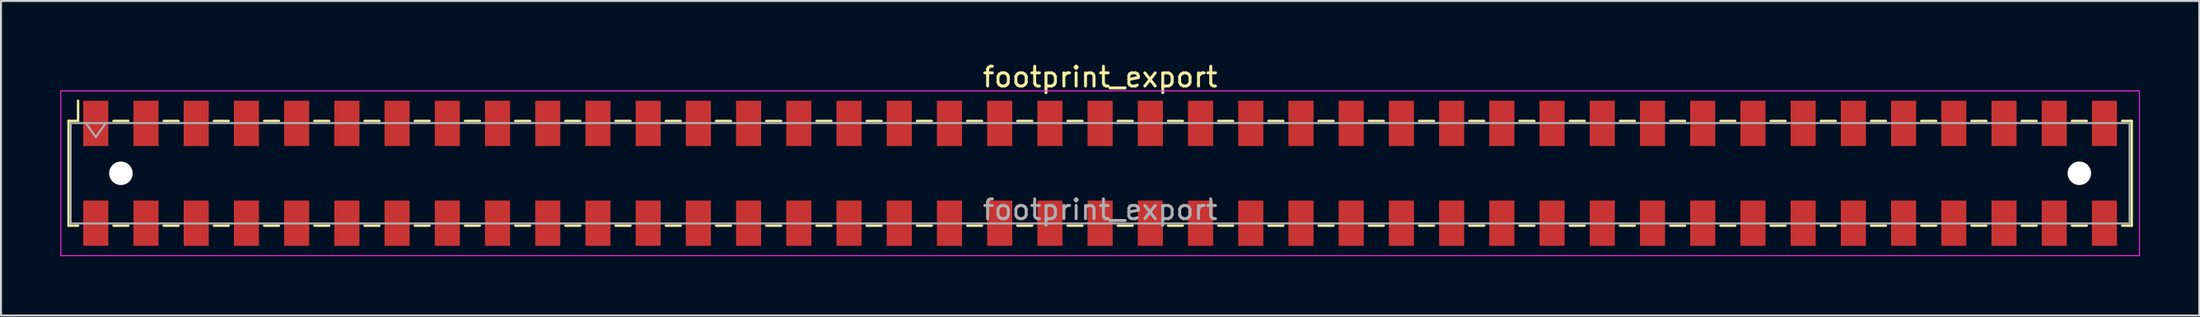
<source format=kicad_pcb>
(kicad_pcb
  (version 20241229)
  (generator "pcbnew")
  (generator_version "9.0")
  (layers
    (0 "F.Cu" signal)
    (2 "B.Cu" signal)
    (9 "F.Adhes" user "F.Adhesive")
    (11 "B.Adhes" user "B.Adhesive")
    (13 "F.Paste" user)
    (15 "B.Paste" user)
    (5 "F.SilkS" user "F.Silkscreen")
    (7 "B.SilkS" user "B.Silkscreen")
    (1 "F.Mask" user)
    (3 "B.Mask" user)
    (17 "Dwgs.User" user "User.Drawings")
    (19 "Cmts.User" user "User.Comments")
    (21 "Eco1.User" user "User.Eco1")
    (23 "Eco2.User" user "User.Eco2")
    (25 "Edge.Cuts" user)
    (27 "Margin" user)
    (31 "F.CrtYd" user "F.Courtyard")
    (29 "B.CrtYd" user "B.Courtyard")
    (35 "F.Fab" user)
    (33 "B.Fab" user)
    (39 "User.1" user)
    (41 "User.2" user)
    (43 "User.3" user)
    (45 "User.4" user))
  (footprint "footprint_export"
    (layer "F.Cu")
    (at 52.595 5.718)
    (property "Reference" "footprint_export" (at 0 -4.87 0) (layer "F.SilkS") (effects (font (size 1 1) (thickness 0.15))))
    (attr smd)
    (fp_line (start -52.18 -2.65) (end -52.18 2.65) (stroke (width 0.12) (type solid)) (layer "F.SilkS"))
    (fp_line (start -52.18 2.65) (end -51.695 2.65) (stroke (width 0.12) (type solid)) (layer "F.SilkS"))
    (fp_line (start -51.695 -3.67) (end -51.695 -2.65) (stroke (width 0.12) (type solid)) (layer "F.SilkS"))
    (fp_line (start -51.695 -2.65) (end -52.18 -2.65) (stroke (width 0.12) (type solid)) (layer "F.SilkS"))
    (fp_line (start -49.905 -2.65) (end -49.155 -2.65) (stroke (width 0.12) (type solid)) (layer "F.SilkS"))
    (fp_line (start -49.905 2.65) (end -49.155 2.65) (stroke (width 0.12) (type solid)) (layer "F.SilkS"))
    (fp_line (start -47.365 -2.65) (end -46.615 -2.65) (stroke (width 0.12) (type solid)) (layer "F.SilkS"))
    (fp_line (start -47.365 2.65) (end -46.615 2.65) (stroke (width 0.12) (type solid)) (layer "F.SilkS"))
    (fp_line (start -44.825 -2.65) (end -44.075 -2.65) (stroke (width 0.12) (type solid)) (layer "F.SilkS"))
    (fp_line (start -44.825 2.65) (end -44.075 2.65) (stroke (width 0.12) (type solid)) (layer "F.SilkS"))
    (fp_line (start -42.285 -2.65) (end -41.535 -2.65) (stroke (width 0.12) (type solid)) (layer "F.SilkS"))
    (fp_line (start -42.285 2.65) (end -41.535 2.65) (stroke (width 0.12) (type solid)) (layer "F.SilkS"))
    (fp_line (start -39.745 -2.65) (end -38.995 -2.65) (stroke (width 0.12) (type solid)) (layer "F.SilkS"))
    (fp_line (start -39.745 2.65) (end -38.995 2.65) (stroke (width 0.12) (type solid)) (layer "F.SilkS"))
    (fp_line (start -37.205 -2.65) (end -36.455 -2.65) (stroke (width 0.12) (type solid)) (layer "F.SilkS"))
    (fp_line (start -37.205 2.65) (end -36.455 2.65) (stroke (width 0.12) (type solid)) (layer "F.SilkS"))
    (fp_line (start -34.665 -2.65) (end -33.915 -2.65) (stroke (width 0.12) (type solid)) (layer "F.SilkS"))
    (fp_line (start -34.665 2.65) (end -33.915 2.65) (stroke (width 0.12) (type solid)) (layer "F.SilkS"))
    (fp_line (start -32.125 -2.65) (end -31.375 -2.65) (stroke (width 0.12) (type solid)) (layer "F.SilkS"))
    (fp_line (start -32.125 2.65) (end -31.375 2.65) (stroke (width 0.12) (type solid)) (layer "F.SilkS"))
    (fp_line (start -29.585 -2.65) (end -28.835 -2.65) (stroke (width 0.12) (type solid)) (layer "F.SilkS"))
    (fp_line (start -29.585 2.65) (end -28.835 2.65) (stroke (width 0.12) (type solid)) (layer "F.SilkS"))
    (fp_line (start -27.045 -2.65) (end -26.295 -2.65) (stroke (width 0.12) (type solid)) (layer "F.SilkS"))
    (fp_line (start -27.045 2.65) (end -26.295 2.65) (stroke (width 0.12) (type solid)) (layer "F.SilkS"))
    (fp_line (start -24.505 -2.65) (end -23.755 -2.65) (stroke (width 0.12) (type solid)) (layer "F.SilkS"))
    (fp_line (start -24.505 2.65) (end -23.755 2.65) (stroke (width 0.12) (type solid)) (layer "F.SilkS"))
    (fp_line (start -21.965 -2.65) (end -21.215 -2.65) (stroke (width 0.12) (type solid)) (layer "F.SilkS"))
    (fp_line (start -21.965 2.65) (end -21.215 2.65) (stroke (width 0.12) (type solid)) (layer "F.SilkS"))
    (fp_line (start -19.425 -2.65) (end -18.675 -2.65) (stroke (width 0.12) (type solid)) (layer "F.SilkS"))
    (fp_line (start -19.425 2.65) (end -18.675 2.65) (stroke (width 0.12) (type solid)) (layer "F.SilkS"))
    (fp_line (start -16.885 -2.65) (end -16.135 -2.65) (stroke (width 0.12) (type solid)) (layer "F.SilkS"))
    (fp_line (start -16.885 2.65) (end -16.135 2.65) (stroke (width 0.12) (type solid)) (layer "F.SilkS"))
    (fp_line (start -14.345 -2.65) (end -13.595 -2.65) (stroke (width 0.12) (type solid)) (layer "F.SilkS"))
    (fp_line (start -14.345 2.65) (end -13.595 2.65) (stroke (width 0.12) (type solid)) (layer "F.SilkS"))
    (fp_line (start -11.805 -2.65) (end -11.055 -2.65) (stroke (width 0.12) (type solid)) (layer "F.SilkS"))
    (fp_line (start -11.805 2.65) (end -11.055 2.65) (stroke (width 0.12) (type solid)) (layer "F.SilkS"))
    (fp_line (start -9.265 -2.65) (end -8.515 -2.65) (stroke (width 0.12) (type solid)) (layer "F.SilkS"))
    (fp_line (start -9.265 2.65) (end -8.515 2.65) (stroke (width 0.12) (type solid)) (layer "F.SilkS"))
    (fp_line (start -6.725 -2.65) (end -5.975 -2.65) (stroke (width 0.12) (type solid)) (layer "F.SilkS"))
    (fp_line (start -6.725 2.65) (end -5.975 2.65) (stroke (width 0.12) (type solid)) (layer "F.SilkS"))
    (fp_line (start -4.185 -2.65) (end -3.435 -2.65) (stroke (width 0.12) (type solid)) (layer "F.SilkS"))
    (fp_line (start -4.185 2.65) (end -3.435 2.65) (stroke (width 0.12) (type solid)) (layer "F.SilkS"))
    (fp_line (start -1.645 -2.65) (end -0.895 -2.65) (stroke (width 0.12) (type solid)) (layer "F.SilkS"))
    (fp_line (start -1.645 2.65) (end -0.895 2.65) (stroke (width 0.12) (type solid)) (layer "F.SilkS"))
    (fp_line (start 0.895 -2.65) (end 1.645 -2.65) (stroke (width 0.12) (type solid)) (layer "F.SilkS"))
    (fp_line (start 0.895 2.65) (end 1.645 2.65) (stroke (width 0.12) (type solid)) (layer "F.SilkS"))
    (fp_line (start 3.435 -2.65) (end 4.185 -2.65) (stroke (width 0.12) (type solid)) (layer "F.SilkS"))
    (fp_line (start 3.435 2.65) (end 4.185 2.65) (stroke (width 0.12) (type solid)) (layer "F.SilkS"))
    (fp_line (start 5.975 -2.65) (end 6.725 -2.65) (stroke (width 0.12) (type solid)) (layer "F.SilkS"))
    (fp_line (start 5.975 2.65) (end 6.725 2.65) (stroke (width 0.12) (type solid)) (layer "F.SilkS"))
    (fp_line (start 8.515 -2.65) (end 9.265 -2.65) (stroke (width 0.12) (type solid)) (layer "F.SilkS"))
    (fp_line (start 8.515 2.65) (end 9.265 2.65) (stroke (width 0.12) (type solid)) (layer "F.SilkS"))
    (fp_line (start 11.055 -2.65) (end 11.805 -2.65) (stroke (width 0.12) (type solid)) (layer "F.SilkS"))
    (fp_line (start 11.055 2.65) (end 11.805 2.65) (stroke (width 0.12) (type solid)) (layer "F.SilkS"))
    (fp_line (start 13.595 -2.65) (end 14.345 -2.65) (stroke (width 0.12) (type solid)) (layer "F.SilkS"))
    (fp_line (start 13.595 2.65) (end 14.345 2.65) (stroke (width 0.12) (type solid)) (layer "F.SilkS"))
    (fp_line (start 16.135 -2.65) (end 16.885 -2.65) (stroke (width 0.12) (type solid)) (layer "F.SilkS"))
    (fp_line (start 16.135 2.65) (end 16.885 2.65) (stroke (width 0.12) (type solid)) (layer "F.SilkS"))
    (fp_line (start 18.675 -2.65) (end 19.425 -2.65) (stroke (width 0.12) (type solid)) (layer "F.SilkS"))
    (fp_line (start 18.675 2.65) (end 19.425 2.65) (stroke (width 0.12) (type solid)) (layer "F.SilkS"))
    (fp_line (start 21.215 -2.65) (end 21.965 -2.65) (stroke (width 0.12) (type solid)) (layer "F.SilkS"))
    (fp_line (start 21.215 2.65) (end 21.965 2.65) (stroke (width 0.12) (type solid)) (layer "F.SilkS"))
    (fp_line (start 23.755 -2.65) (end 24.505 -2.65) (stroke (width 0.12) (type solid)) (layer "F.SilkS"))
    (fp_line (start 23.755 2.65) (end 24.505 2.65) (stroke (width 0.12) (type solid)) (layer "F.SilkS"))
    (fp_line (start 26.295 -2.65) (end 27.045 -2.65) (stroke (width 0.12) (type solid)) (layer "F.SilkS"))
    (fp_line (start 26.295 2.65) (end 27.045 2.65) (stroke (width 0.12) (type solid)) (layer "F.SilkS"))
    (fp_line (start 28.835 -2.65) (end 29.585 -2.65) (stroke (width 0.12) (type solid)) (layer "F.SilkS"))
    (fp_line (start 28.835 2.65) (end 29.585 2.65) (stroke (width 0.12) (type solid)) (layer "F.SilkS"))
    (fp_line (start 31.375 -2.65) (end 32.125 -2.65) (stroke (width 0.12) (type solid)) (layer "F.SilkS"))
    (fp_line (start 31.375 2.65) (end 32.125 2.65) (stroke (width 0.12) (type solid)) (layer "F.SilkS"))
    (fp_line (start 33.915 -2.65) (end 34.665 -2.65) (stroke (width 0.12) (type solid)) (layer "F.SilkS"))
    (fp_line (start 33.915 2.65) (end 34.665 2.65) (stroke (width 0.12) (type solid)) (layer "F.SilkS"))
    (fp_line (start 36.455 -2.65) (end 37.205 -2.65) (stroke (width 0.12) (type solid)) (layer "F.SilkS"))
    (fp_line (start 36.455 2.65) (end 37.205 2.65) (stroke (width 0.12) (type solid)) (layer "F.SilkS"))
    (fp_line (start 38.995 -2.65) (end 39.745 -2.65) (stroke (width 0.12) (type solid)) (layer "F.SilkS"))
    (fp_line (start 38.995 2.65) (end 39.745 2.65) (stroke (width 0.12) (type solid)) (layer "F.SilkS"))
    (fp_line (start 41.535 -2.65) (end 42.285 -2.65) (stroke (width 0.12) (type solid)) (layer "F.SilkS"))
    (fp_line (start 41.535 2.65) (end 42.285 2.65) (stroke (width 0.12) (type solid)) (layer "F.SilkS"))
    (fp_line (start 44.075 -2.65) (end 44.825 -2.65) (stroke (width 0.12) (type solid)) (layer "F.SilkS"))
    (fp_line (start 44.075 2.65) (end 44.825 2.65) (stroke (width 0.12) (type solid)) (layer "F.SilkS"))
    (fp_line (start 46.615 -2.65) (end 47.365 -2.65) (stroke (width 0.12) (type solid)) (layer "F.SilkS"))
    (fp_line (start 46.615 2.65) (end 47.365 2.65) (stroke (width 0.12) (type solid)) (layer "F.SilkS"))
    (fp_line (start 49.155 -2.65) (end 49.905 -2.65) (stroke (width 0.12) (type solid)) (layer "F.SilkS"))
    (fp_line (start 49.155 2.65) (end 49.905 2.65) (stroke (width 0.12) (type solid)) (layer "F.SilkS"))
    (fp_line (start 51.695 -2.65) (end 52.18 -2.65) (stroke (width 0.12) (type solid)) (layer "F.SilkS"))
    (fp_line (start 52.18 -2.65) (end 52.18 2.65) (stroke (width 0.12) (type solid)) (layer "F.SilkS"))
    (fp_line (start 52.18 2.65) (end 51.695 2.65) (stroke (width 0.12) (type solid)) (layer "F.SilkS"))
    (fp_line (start -52.57 -4.17) (end 52.57 -4.17) (stroke (width 0.05) (type solid)) (layer "F.CrtYd"))
    (fp_line (start -52.57 4.17) (end -52.57 -4.17) (stroke (width 0.05) (type solid)) (layer "F.CrtYd"))
    (fp_line (start 52.57 -4.17) (end 52.57 4.17) (stroke (width 0.05) (type solid)) (layer "F.CrtYd"))
    (fp_line (start 52.57 4.17) (end -52.57 4.17) (stroke (width 0.05) (type solid)) (layer "F.CrtYd"))
    (fp_line (start -52.07 -2.54) (end 52.07 -2.54) (stroke (width 0.1) (type solid)) (layer "F.Fab"))
    (fp_line (start -52.07 2.54) (end -52.07 -2.54) (stroke (width 0.1) (type solid)) (layer "F.Fab"))
    (fp_line (start -51.3 -2.54) (end -50.8 -1.833) (stroke (width 0.1) (type solid)) (layer "F.Fab"))
    (fp_line (start -50.8 -1.833) (end -50.3 -2.54) (stroke (width 0.1) (type solid)) (layer "F.Fab"))
    (fp_line (start 52.07 -2.54) (end 52.07 2.54) (stroke (width 0.1) (type solid)) (layer "F.Fab"))
    (fp_line (start 52.07 2.54) (end -52.07 2.54) (stroke (width 0.1) (type solid)) (layer "F.Fab"))
    (fp_text user "${REFERENCE}" (at 0 1.84 0) (layer "F.Fab") (effects (font (size 1 1) (thickness 0.15))))
    (pad "" np_thru_hole circle (at -49.53 0) (size 1.19 1.19) (drill 1.19) (layers "*.Cu" "*.Mask"))
    (pad "" np_thru_hole circle (at 49.53 0) (size 1.19 1.19) (drill 1.19) (layers "*.Cu" "*.Mask"))
    (pad "1" smd rect (at -50.8 -2.525) (size 1.27 2.29) (layers "F.Cu" "F.Mask" "F.Paste"))
    (pad "2" smd rect (at -50.8 2.525) (size 1.27 2.29) (layers "F.Cu" "F.Mask" "F.Paste"))
    (pad "3" smd rect (at -48.26 -2.525) (size 1.27 2.29) (layers "F.Cu" "F.Mask" "F.Paste"))
    (pad "4" smd rect (at -48.26 2.525) (size 1.27 2.29) (layers "F.Cu" "F.Mask" "F.Paste"))
    (pad "5" smd rect (at -45.72 -2.525) (size 1.27 2.29) (layers "F.Cu" "F.Mask" "F.Paste"))
    (pad "6" smd rect (at -45.72 2.525) (size 1.27 2.29) (layers "F.Cu" "F.Mask" "F.Paste"))
    (pad "7" smd rect (at -43.18 -2.525) (size 1.27 2.29) (layers "F.Cu" "F.Mask" "F.Paste"))
    (pad "8" smd rect (at -43.18 2.525) (size 1.27 2.29) (layers "F.Cu" "F.Mask" "F.Paste"))
    (pad "9" smd rect (at -40.64 -2.525) (size 1.27 2.29) (layers "F.Cu" "F.Mask" "F.Paste"))
    (pad "10" smd rect (at -40.64 2.525) (size 1.27 2.29) (layers "F.Cu" "F.Mask" "F.Paste"))
    (pad "11" smd rect (at -38.1 -2.525) (size 1.27 2.29) (layers "F.Cu" "F.Mask" "F.Paste"))
    (pad "12" smd rect (at -38.1 2.525) (size 1.27 2.29) (layers "F.Cu" "F.Mask" "F.Paste"))
    (pad "13" smd rect (at -35.56 -2.525) (size 1.27 2.29) (layers "F.Cu" "F.Mask" "F.Paste"))
    (pad "14" smd rect (at -35.56 2.525) (size 1.27 2.29) (layers "F.Cu" "F.Mask" "F.Paste"))
    (pad "15" smd rect (at -33.02 -2.525) (size 1.27 2.29) (layers "F.Cu" "F.Mask" "F.Paste"))
    (pad "16" smd rect (at -33.02 2.525) (size 1.27 2.29) (layers "F.Cu" "F.Mask" "F.Paste"))
    (pad "17" smd rect (at -30.48 -2.525) (size 1.27 2.29) (layers "F.Cu" "F.Mask" "F.Paste"))
    (pad "18" smd rect (at -30.48 2.525) (size 1.27 2.29) (layers "F.Cu" "F.Mask" "F.Paste"))
    (pad "19" smd rect (at -27.94 -2.525) (size 1.27 2.29) (layers "F.Cu" "F.Mask" "F.Paste"))
    (pad "20" smd rect (at -27.94 2.525) (size 1.27 2.29) (layers "F.Cu" "F.Mask" "F.Paste"))
    (pad "21" smd rect (at -25.4 -2.525) (size 1.27 2.29) (layers "F.Cu" "F.Mask" "F.Paste"))
    (pad "22" smd rect (at -25.4 2.525) (size 1.27 2.29) (layers "F.Cu" "F.Mask" "F.Paste"))
    (pad "23" smd rect (at -22.86 -2.525) (size 1.27 2.29) (layers "F.Cu" "F.Mask" "F.Paste"))
    (pad "24" smd rect (at -22.86 2.525) (size 1.27 2.29) (layers "F.Cu" "F.Mask" "F.Paste"))
    (pad "25" smd rect (at -20.32 -2.525) (size 1.27 2.29) (layers "F.Cu" "F.Mask" "F.Paste"))
    (pad "26" smd rect (at -20.32 2.525) (size 1.27 2.29) (layers "F.Cu" "F.Mask" "F.Paste"))
    (pad "27" smd rect (at -17.78 -2.525) (size 1.27 2.29) (layers "F.Cu" "F.Mask" "F.Paste"))
    (pad "28" smd rect (at -17.78 2.525) (size 1.27 2.29) (layers "F.Cu" "F.Mask" "F.Paste"))
    (pad "29" smd rect (at -15.24 -2.525) (size 1.27 2.29) (layers "F.Cu" "F.Mask" "F.Paste"))
    (pad "30" smd rect (at -15.24 2.525) (size 1.27 2.29) (layers "F.Cu" "F.Mask" "F.Paste"))
    (pad "31" smd rect (at -12.7 -2.525) (size 1.27 2.29) (layers "F.Cu" "F.Mask" "F.Paste"))
    (pad "32" smd rect (at -12.7 2.525) (size 1.27 2.29) (layers "F.Cu" "F.Mask" "F.Paste"))
    (pad "33" smd rect (at -10.16 -2.525) (size 1.27 2.29) (layers "F.Cu" "F.Mask" "F.Paste"))
    (pad "34" smd rect (at -10.16 2.525) (size 1.27 2.29) (layers "F.Cu" "F.Mask" "F.Paste"))
    (pad "35" smd rect (at -7.62 -2.525) (size 1.27 2.29) (layers "F.Cu" "F.Mask" "F.Paste"))
    (pad "36" smd rect (at -7.62 2.525) (size 1.27 2.29) (layers "F.Cu" "F.Mask" "F.Paste"))
    (pad "37" smd rect (at -5.08 -2.525) (size 1.27 2.29) (layers "F.Cu" "F.Mask" "F.Paste"))
    (pad "38" smd rect (at -5.08 2.525) (size 1.27 2.29) (layers "F.Cu" "F.Mask" "F.Paste"))
    (pad "39" smd rect (at -2.54 -2.525) (size 1.27 2.29) (layers "F.Cu" "F.Mask" "F.Paste"))
    (pad "40" smd rect (at -2.54 2.525) (size 1.27 2.29) (layers "F.Cu" "F.Mask" "F.Paste"))
    (pad "41" smd rect (at 0 -2.525) (size 1.27 2.29) (layers "F.Cu" "F.Mask" "F.Paste"))
    (pad "42" smd rect (at 0 2.525) (size 1.27 2.29) (layers "F.Cu" "F.Mask" "F.Paste"))
    (pad "43" smd rect (at 2.54 -2.525) (size 1.27 2.29) (layers "F.Cu" "F.Mask" "F.Paste"))
    (pad "44" smd rect (at 2.54 2.525) (size 1.27 2.29) (layers "F.Cu" "F.Mask" "F.Paste"))
    (pad "45" smd rect (at 5.08 -2.525) (size 1.27 2.29) (layers "F.Cu" "F.Mask" "F.Paste"))
    (pad "46" smd rect (at 5.08 2.525) (size 1.27 2.29) (layers "F.Cu" "F.Mask" "F.Paste"))
    (pad "47" smd rect (at 7.62 -2.525) (size 1.27 2.29) (layers "F.Cu" "F.Mask" "F.Paste"))
    (pad "48" smd rect (at 7.62 2.525) (size 1.27 2.29) (layers "F.Cu" "F.Mask" "F.Paste"))
    (pad "49" smd rect (at 10.16 -2.525) (size 1.27 2.29) (layers "F.Cu" "F.Mask" "F.Paste"))
    (pad "50" smd rect (at 10.16 2.525) (size 1.27 2.29) (layers "F.Cu" "F.Mask" "F.Paste"))
    (pad "51" smd rect (at 12.7 -2.525) (size 1.27 2.29) (layers "F.Cu" "F.Mask" "F.Paste"))
    (pad "52" smd rect (at 12.7 2.525) (size 1.27 2.29) (layers "F.Cu" "F.Mask" "F.Paste"))
    (pad "53" smd rect (at 15.24 -2.525) (size 1.27 2.29) (layers "F.Cu" "F.Mask" "F.Paste"))
    (pad "54" smd rect (at 15.24 2.525) (size 1.27 2.29) (layers "F.Cu" "F.Mask" "F.Paste"))
    (pad "55" smd rect (at 17.78 -2.525) (size 1.27 2.29) (layers "F.Cu" "F.Mask" "F.Paste"))
    (pad "56" smd rect (at 17.78 2.525) (size 1.27 2.29) (layers "F.Cu" "F.Mask" "F.Paste"))
    (pad "57" smd rect (at 20.32 -2.525) (size 1.27 2.29) (layers "F.Cu" "F.Mask" "F.Paste"))
    (pad "58" smd rect (at 20.32 2.525) (size 1.27 2.29) (layers "F.Cu" "F.Mask" "F.Paste"))
    (pad "59" smd rect (at 22.86 -2.525) (size 1.27 2.29) (layers "F.Cu" "F.Mask" "F.Paste"))
    (pad "60" smd rect (at 22.86 2.525) (size 1.27 2.29) (layers "F.Cu" "F.Mask" "F.Paste"))
    (pad "61" smd rect (at 25.4 -2.525) (size 1.27 2.29) (layers "F.Cu" "F.Mask" "F.Paste"))
    (pad "62" smd rect (at 25.4 2.525) (size 1.27 2.29) (layers "F.Cu" "F.Mask" "F.Paste"))
    (pad "63" smd rect (at 27.94 -2.525) (size 1.27 2.29) (layers "F.Cu" "F.Mask" "F.Paste"))
    (pad "64" smd rect (at 27.94 2.525) (size 1.27 2.29) (layers "F.Cu" "F.Mask" "F.Paste"))
    (pad "65" smd rect (at 30.48 -2.525) (size 1.27 2.29) (layers "F.Cu" "F.Mask" "F.Paste"))
    (pad "66" smd rect (at 30.48 2.525) (size 1.27 2.29) (layers "F.Cu" "F.Mask" "F.Paste"))
    (pad "67" smd rect (at 33.02 -2.525) (size 1.27 2.29) (layers "F.Cu" "F.Mask" "F.Paste"))
    (pad "68" smd rect (at 33.02 2.525) (size 1.27 2.29) (layers "F.Cu" "F.Mask" "F.Paste"))
    (pad "69" smd rect (at 35.56 -2.525) (size 1.27 2.29) (layers "F.Cu" "F.Mask" "F.Paste"))
    (pad "70" smd rect (at 35.56 2.525) (size 1.27 2.29) (layers "F.Cu" "F.Mask" "F.Paste"))
    (pad "71" smd rect (at 38.1 -2.525) (size 1.27 2.29) (layers "F.Cu" "F.Mask" "F.Paste"))
    (pad "72" smd rect (at 38.1 2.525) (size 1.27 2.29) (layers "F.Cu" "F.Mask" "F.Paste"))
    (pad "73" smd rect (at 40.64 -2.525) (size 1.27 2.29) (layers "F.Cu" "F.Mask" "F.Paste"))
    (pad "74" smd rect (at 40.64 2.525) (size 1.27 2.29) (layers "F.Cu" "F.Mask" "F.Paste"))
    (pad "75" smd rect (at 43.18 -2.525) (size 1.27 2.29) (layers "F.Cu" "F.Mask" "F.Paste"))
    (pad "76" smd rect (at 43.18 2.525) (size 1.27 2.29) (layers "F.Cu" "F.Mask" "F.Paste"))
    (pad "77" smd rect (at 45.72 -2.525) (size 1.27 2.29) (layers "F.Cu" "F.Mask" "F.Paste"))
    (pad "78" smd rect (at 45.72 2.525) (size 1.27 2.29) (layers "F.Cu" "F.Mask" "F.Paste"))
    (pad "79" smd rect (at 48.26 -2.525) (size 1.27 2.29) (layers "F.Cu" "F.Mask" "F.Paste"))
    (pad "80" smd rect (at 48.26 2.525) (size 1.27 2.29) (layers "F.Cu" "F.Mask" "F.Paste"))
    (pad "81" smd rect (at 50.8 -2.525) (size 1.27 2.29) (layers "F.Cu" "F.Mask" "F.Paste"))
    (pad "82" smd rect (at 50.8 2.525) (size 1.27 2.29) (layers "F.Cu" "F.Mask" "F.Paste")))
  (gr_rect
    (start -3 -3)
    (end 108.19 12.913)
    (stroke (width 0.1) (type default))
    (fill no)
    (layer "Edge.Cuts")))
</source>
